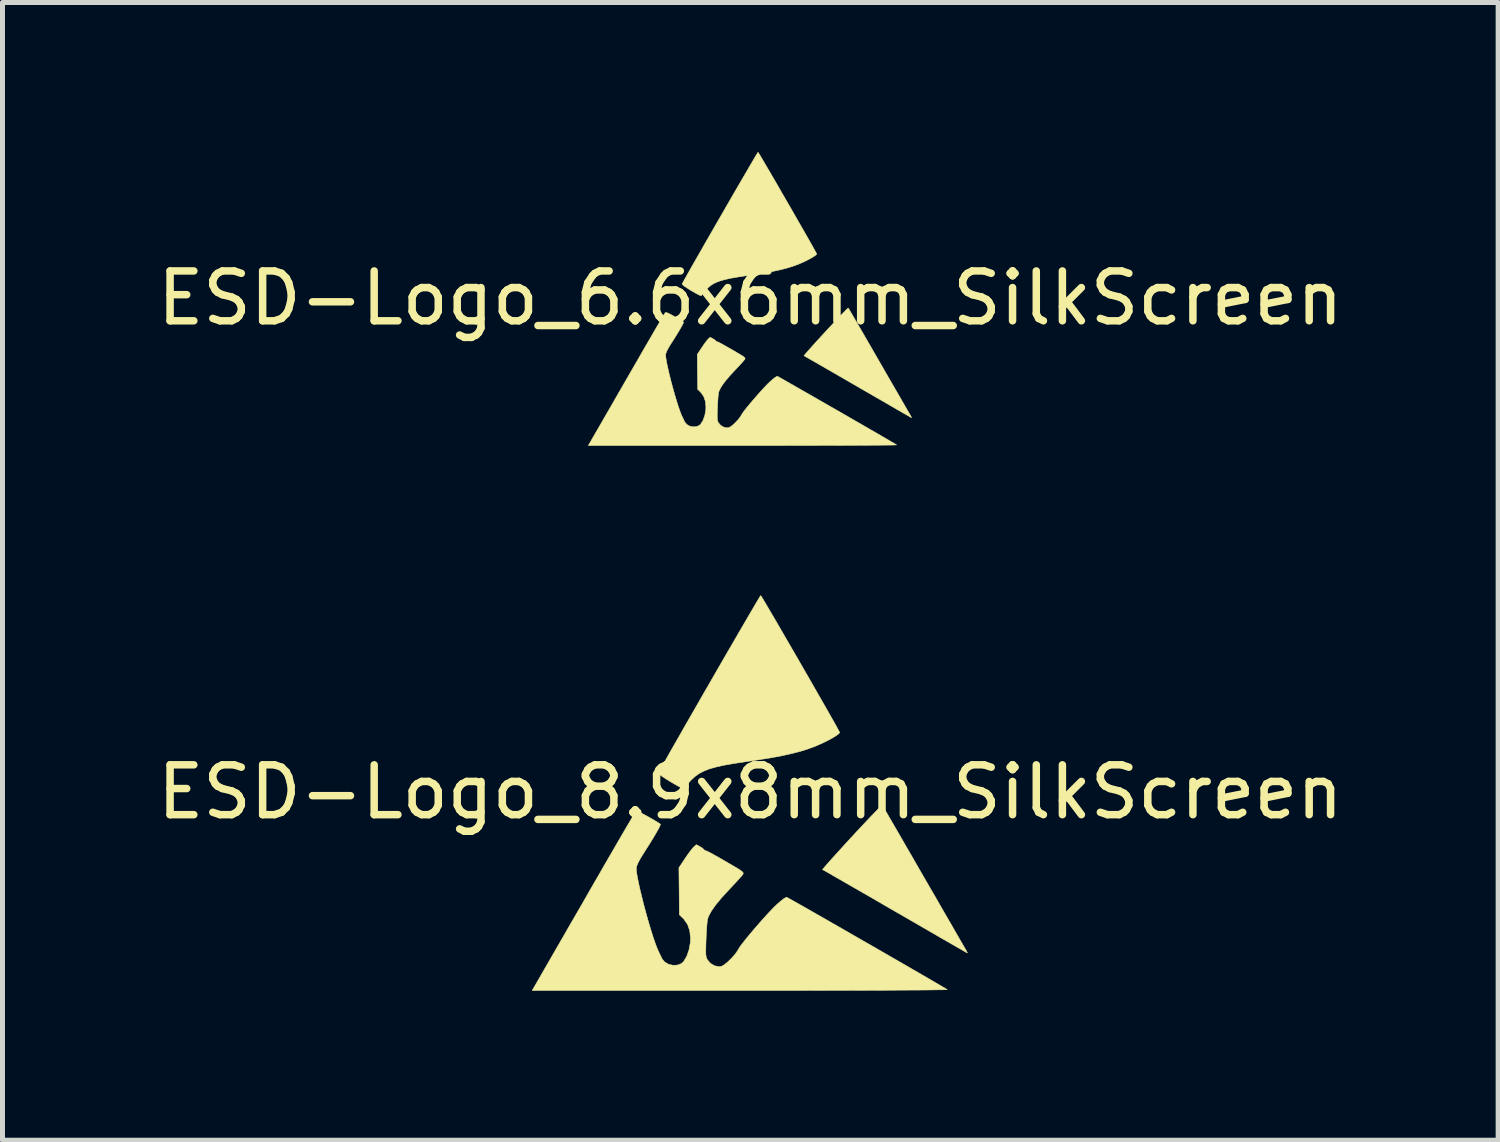
<source format=kicad_pcb>
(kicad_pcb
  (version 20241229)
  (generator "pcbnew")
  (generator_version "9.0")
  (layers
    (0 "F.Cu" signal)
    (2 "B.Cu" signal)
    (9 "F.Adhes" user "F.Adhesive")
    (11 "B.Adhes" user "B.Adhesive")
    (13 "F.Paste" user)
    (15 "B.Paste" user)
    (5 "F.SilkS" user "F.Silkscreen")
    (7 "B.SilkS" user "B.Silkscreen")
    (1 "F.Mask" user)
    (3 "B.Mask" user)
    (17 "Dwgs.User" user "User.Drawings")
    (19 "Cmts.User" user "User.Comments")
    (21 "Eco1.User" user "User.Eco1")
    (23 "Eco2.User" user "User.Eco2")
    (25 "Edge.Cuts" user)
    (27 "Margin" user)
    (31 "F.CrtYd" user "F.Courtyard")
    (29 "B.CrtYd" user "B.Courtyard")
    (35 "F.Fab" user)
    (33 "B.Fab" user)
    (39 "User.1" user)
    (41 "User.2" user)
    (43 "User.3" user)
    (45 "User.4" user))
  (footprint "ESD-Logo_6.6x6mm_SilkScreen"
    (layer "F.Cu")
    (at 12.006 2.932)
    (property "Reference" "ESD-Logo_6.6x6mm_SilkScreen" (at 0 0 0) (layer "F.SilkS") (effects (font (size 1 1) (thickness 0.15))))
    (attr exclude_from_pos_files exclude_from_bom)
    (fp_poly (pts (xy 1.988 0.235) (xy 1.999 0.254) (xy 2.024 0.297) (xy 2.063 0.364) (xy 2.113 0.45) (xy 2.174 0.555) (xy 2.244 0.675) (xy 2.321 0.809) (xy 2.405 0.955) (xy 2.495 1.11) (xy 2.587 1.27) (xy 2.681 1.433) (xy 2.771 1.59) (xy 2.857 1.738) (xy 2.936 1.874) (xy 3.007 1.998) (xy 3.069 2.105) (xy 3.121 2.195) (xy 3.161 2.265) (xy 3.189 2.313) (xy 3.202 2.335) (xy 3.223 2.372) (xy 3.234 2.396) (xy 3.235 2.4) (xy 3.221 2.392) (xy 3.182 2.37) (xy 3.12 2.335) (xy 3.038 2.288) (xy 2.937 2.23) (xy 2.82 2.162) (xy 2.688 2.085) (xy 2.543 2.002) (xy 2.387 1.912) (xy 2.223 1.817) (xy 2.161 1.781) (xy 1.993 1.684) (xy 1.834 1.592) (xy 1.684 1.505) (xy 1.546 1.426) (xy 1.422 1.354) (xy 1.314 1.292) (xy 1.223 1.24) (xy 1.153 1.2) (xy 1.104 1.172) (xy 1.08 1.158) (xy 1.077 1.157) (xy 1.085 1.145) (xy 1.111 1.114) (xy 1.153 1.066) (xy 1.208 1.004) (xy 1.274 0.93) (xy 1.347 0.849) (xy 1.426 0.763) (xy 1.508 0.674) (xy 1.589 0.586) (xy 1.668 0.502) (xy 1.741 0.423) (xy 1.807 0.354) (xy 1.862 0.298) (xy 1.903 0.256) (xy 1.917 0.242) (xy 1.964 0.198) (xy 1.988 0.235)) (stroke (width 0.01) (type solid)) (fill yes) (layer "F.SilkS"))
    (fp_poly (pts (xy 0.164 -2.914) (xy 0.187 -2.877) (xy 0.223 -2.817) (xy 0.269 -2.739) (xy 0.325 -2.643) (xy 0.389 -2.534) (xy 0.46 -2.412) (xy 0.536 -2.282) (xy 0.615 -2.144) (xy 0.697 -2.002) (xy 0.78 -1.859) (xy 0.862 -1.717) (xy 0.942 -1.577) (xy 1.018 -1.444) (xy 1.09 -1.319) (xy 1.155 -1.205) (xy 1.212 -1.105) (xy 1.259 -1.02) (xy 1.296 -0.954) (xy 1.321 -0.909) (xy 1.332 -0.888) (xy 1.332 -0.886) (xy 1.319 -0.868) (xy 1.281 -0.84) (xy 1.224 -0.805) (xy 1.152 -0.766) (xy 1.077 -0.729) (xy 0.975 -0.684) (xy 0.867 -0.644) (xy 0.75 -0.607) (xy 0.621 -0.573) (xy 0.475 -0.541) (xy 0.309 -0.51) (xy 0.119 -0.479) (xy -0.078 -0.45) (xy -0.248 -0.424) (xy -0.391 -0.399) (xy -0.511 -0.372) (xy -0.61 -0.344) (xy -0.693 -0.312) (xy -0.763 -0.275) (xy -0.823 -0.231) (xy -0.878 -0.181) (xy -0.896 -0.162) (xy -0.934 -0.119) (xy -0.962 -0.083) (xy -0.975 -0.062) (xy -0.976 -0.061) (xy -0.98 -0.05) (xy -0.996 -0.05) (xy -1.027 -0.062) (xy -1.075 -0.087) (xy -1.144 -0.126) (xy -1.193 -0.154) (xy -1.264 -0.199) (xy -1.32 -0.237) (xy -1.356 -0.266) (xy -1.369 -0.283) (xy -1.369 -0.283) (xy -1.361 -0.299) (xy -1.339 -0.34) (xy -1.304 -0.402) (xy -1.258 -0.485) (xy -1.201 -0.586) (xy -1.135 -0.702) (xy -1.061 -0.831) (xy -0.98 -0.972) (xy -0.895 -1.122) (xy -0.805 -1.278) (xy -0.713 -1.438) (xy -0.619 -1.601) (xy -0.525 -1.764) (xy -0.432 -1.925) (xy -0.342 -2.082) (xy -0.255 -2.231) (xy -0.173 -2.372) (xy -0.097 -2.502) (xy -0.029 -2.619) (xy 0.03 -2.72) (xy 0.079 -2.804) (xy 0.117 -2.868) (xy 0.143 -2.909) (xy 0.154 -2.927) (xy 0.155 -2.927) (xy 0.164 -2.914)) (stroke (width 0.01) (type solid)) (fill yes) (layer "F.SilkS"))
    (fp_poly (pts (xy -1.678 0.291) (xy -1.645 0.304) (xy -1.596 0.329) (xy -1.525 0.368) (xy -1.519 0.371) (xy -1.454 0.408) (xy -1.398 0.441) (xy -1.359 0.466) (xy -1.34 0.48) (xy -1.339 0.48) (xy -1.344 0.499) (xy -1.365 0.542) (xy -1.4 0.605) (xy -1.449 0.687) (xy -1.509 0.785) (xy -1.581 0.898) (xy -1.599 0.925) (xy -1.645 1.002) (xy -1.679 1.068) (xy -1.697 1.117) (xy -1.699 1.127) (xy -1.698 1.169) (xy -1.689 1.237) (xy -1.672 1.326) (xy -1.649 1.431) (xy -1.622 1.548) (xy -1.59 1.673) (xy -1.556 1.801) (xy -1.52 1.928) (xy -1.484 2.049) (xy -1.449 2.161) (xy -1.416 2.259) (xy -1.385 2.338) (xy -1.364 2.385) (xy -1.34 2.435) (xy -1.316 2.483) (xy -1.315 2.486) (xy -1.276 2.534) (xy -1.22 2.567) (xy -1.154 2.582) (xy -1.088 2.58) (xy -1.029 2.558) (xy -0.996 2.529) (xy -0.948 2.451) (xy -0.913 2.352) (xy -0.894 2.245) (xy -0.891 2.184) (xy -0.902 2.07) (xy -0.934 1.976) (xy -0.989 1.896) (xy -1.006 1.879) (xy -1.057 1.829) (xy -1.061 1.479) (xy -1.064 1.129) (xy -0.975 0.995) (xy -0.933 0.933) (xy -0.893 0.878) (xy -0.86 0.837) (xy -0.846 0.822) (xy -0.806 0.785) (xy -0.751 0.814) (xy -0.717 0.835) (xy -0.698 0.851) (xy -0.697 0.854) (xy -0.684 0.867) (xy -0.662 0.876) (xy -0.641 0.884) (xy -0.608 0.9) (xy -0.562 0.925) (xy -0.498 0.961) (xy -0.415 1.008) (xy -0.309 1.069) (xy -0.252 1.103) (xy -0.184 1.143) (xy -0.14 1.172) (xy -0.115 1.192) (xy -0.106 1.208) (xy -0.107 1.222) (xy -0.109 1.225) (xy -0.125 1.245) (xy -0.158 1.284) (xy -0.205 1.336) (xy -0.262 1.397) (xy -0.311 1.449) (xy -0.425 1.573) (xy -0.514 1.68) (xy -0.579 1.771) (xy -0.621 1.849) (xy -0.635 1.888) (xy -0.641 1.922) (xy -0.647 1.981) (xy -0.652 2.057) (xy -0.657 2.144) (xy -0.659 2.199) (xy -0.663 2.294) (xy -0.664 2.364) (xy -0.663 2.413) (xy -0.66 2.448) (xy -0.653 2.473) (xy -0.644 2.493) (xy -0.636 2.506) (xy -0.592 2.555) (xy -0.534 2.589) (xy -0.474 2.603) (xy -0.429 2.598) (xy -0.388 2.575) (xy -0.337 2.533) (xy -0.283 2.481) (xy -0.233 2.425) (xy -0.194 2.372) (xy -0.179 2.346) (xy -0.158 2.311) (xy -0.118 2.257) (xy -0.065 2.19) (xy -0.001 2.112) (xy 0.07 2.029) (xy 0.144 1.944) (xy 0.218 1.861) (xy 0.288 1.785) (xy 0.35 1.72) (xy 0.399 1.673) (xy 0.454 1.625) (xy 0.5 1.59) (xy 0.532 1.571) (xy 0.542 1.569) (xy 0.559 1.577) (xy 0.6 1.6) (xy 0.663 1.635) (xy 0.745 1.682) (xy 0.845 1.739) (xy 0.96 1.805) (xy 1.088 1.878) (xy 1.226 1.957) (xy 1.372 2.041) (xy 1.524 2.128) (xy 1.679 2.217) (xy 1.835 2.306) (xy 1.989 2.395) (xy 2.139 2.482) (xy 2.284 2.565) (xy 2.42 2.644) (xy 2.545 2.716) (xy 2.656 2.781) (xy 2.753 2.837) (xy 2.831 2.883) (xy 2.889 2.917) (xy 2.924 2.938) (xy 2.934 2.945) (xy 2.92 2.946) (xy 2.877 2.948) (xy 2.806 2.949) (xy 2.708 2.95) (xy 2.584 2.951) (xy 2.437 2.952) (xy 2.268 2.953) (xy 2.078 2.954) (xy 1.868 2.955) (xy 1.64 2.956) (xy 1.396 2.956) (xy 1.137 2.957) (xy 0.864 2.957) (xy 0.579 2.958) (xy 0.282 2.958) (xy -0.023 2.958) (xy -0.151 2.958) (xy -3.251 2.958) (xy -3.03 2.575) (xy -2.983 2.494) (xy -2.923 2.389) (xy -2.851 2.265) (xy -2.77 2.124) (xy -2.682 1.971) (xy -2.588 1.808) (xy -2.491 1.639) (xy -2.392 1.468) (xy -2.294 1.298) (xy -2.269 1.255) (xy -2.179 1.098) (xy -2.093 0.949) (xy -2.012 0.81) (xy -1.938 0.682) (xy -1.872 0.569) (xy -1.816 0.473) (xy -1.77 0.395) (xy -1.736 0.338) (xy -1.716 0.305) (xy -1.71 0.296) (xy -1.698 0.289) (xy -1.678 0.291)) (stroke (width 0.01) (type solid)) (fill yes) (layer "F.SilkS")))
  (footprint "ESD-Logo_8.9x8mm_SilkScreen"
    (layer "F.Cu")
    (at 12.006 12.842)
    (property "Reference" "ESD-Logo_8.9x8mm_SilkScreen" (at 0 0 0) (layer "F.SilkS") (effects (font (size 1 1) (thickness 0.15))))
    (attr exclude_from_pos_files exclude_from_bom)
    (fp_poly (pts (xy 2.676 0.316) (xy 2.691 0.342) (xy 2.726 0.4) (xy 2.778 0.49) (xy 2.845 0.606) (xy 2.927 0.747) (xy 3.021 0.909) (xy 3.125 1.09) (xy 3.239 1.286) (xy 3.359 1.495) (xy 3.483 1.71) (xy 3.61 1.93) (xy 3.732 2.14) (xy 3.846 2.339) (xy 3.953 2.524) (xy 4.049 2.69) (xy 4.132 2.835) (xy 4.202 2.956) (xy 4.256 3.05) (xy 4.293 3.114) (xy 4.311 3.144) (xy 4.339 3.194) (xy 4.354 3.226) (xy 4.355 3.231) (xy 4.336 3.221) (xy 4.284 3.191) (xy 4.202 3.144) (xy 4.091 3.08) (xy 3.955 3.002) (xy 3.797 2.911) (xy 3.619 2.808) (xy 3.424 2.695) (xy 3.214 2.574) (xy 2.993 2.446) (xy 2.909 2.398) (xy 2.684 2.268) (xy 2.47 2.143) (xy 2.268 2.027) (xy 2.082 1.92) (xy 1.915 1.824) (xy 1.769 1.74) (xy 1.647 1.67) (xy 1.552 1.615) (xy 1.487 1.578) (xy 1.454 1.56) (xy 1.45 1.558) (xy 1.46 1.542) (xy 1.495 1.5) (xy 1.552 1.435) (xy 1.626 1.351) (xy 1.715 1.253) (xy 1.814 1.144) (xy 1.92 1.027) (xy 2.03 0.908) (xy 2.14 0.789) (xy 2.246 0.675) (xy 2.345 0.57) (xy 2.433 0.477) (xy 2.507 0.401) (xy 2.562 0.345) (xy 2.581 0.326) (xy 2.645 0.267) (xy 2.676 0.316)) (stroke (width 0.01) (type solid)) (fill yes) (layer "F.SilkS"))
    (fp_poly (pts (xy 0.221 -3.924) (xy 0.252 -3.873) (xy 0.3 -3.794) (xy 0.362 -3.688) (xy 0.438 -3.559) (xy 0.524 -3.412) (xy 0.619 -3.248) (xy 0.721 -3.072) (xy 0.828 -2.887) (xy 0.939 -2.696) (xy 1.05 -2.503) (xy 1.161 -2.311) (xy 1.268 -2.124) (xy 1.371 -1.944) (xy 1.467 -1.776) (xy 1.555 -1.623) (xy 1.631 -1.488) (xy 1.696 -1.374) (xy 1.745 -1.285) (xy 1.778 -1.224) (xy 1.793 -1.195) (xy 1.793 -1.193) (xy 1.775 -1.169) (xy 1.725 -1.131) (xy 1.648 -1.084) (xy 1.552 -1.032) (xy 1.45 -0.982) (xy 1.312 -0.921) (xy 1.167 -0.867) (xy 1.01 -0.817) (xy 0.836 -0.772) (xy 0.639 -0.728) (xy 0.416 -0.686) (xy 0.16 -0.645) (xy -0.104 -0.606) (xy -0.334 -0.571) (xy -0.527 -0.537) (xy -0.688 -0.501) (xy -0.822 -0.463) (xy -0.933 -0.419) (xy -1.027 -0.37) (xy -1.109 -0.312) (xy -1.182 -0.244) (xy -1.206 -0.219) (xy -1.258 -0.16) (xy -1.296 -0.112) (xy -1.313 -0.084) (xy -1.314 -0.082) (xy -1.32 -0.068) (xy -1.341 -0.067) (xy -1.382 -0.083) (xy -1.447 -0.117) (xy -1.541 -0.17) (xy -1.606 -0.208) (xy -1.702 -0.268) (xy -1.778 -0.319) (xy -1.826 -0.358) (xy -1.843 -0.381) (xy -1.843 -0.381) (xy -1.833 -0.403) (xy -1.803 -0.457) (xy -1.756 -0.542) (xy -1.693 -0.653) (xy -1.617 -0.789) (xy -1.528 -0.945) (xy -1.428 -1.119) (xy -1.32 -1.309) (xy -1.205 -1.51) (xy -1.084 -1.72) (xy -0.96 -1.937) (xy -0.833 -2.156) (xy -0.707 -2.376) (xy -0.582 -2.592) (xy -0.46 -2.803) (xy -0.343 -3.004) (xy -0.233 -3.194) (xy -0.131 -3.369) (xy -0.039 -3.527) (xy 0.041 -3.663) (xy 0.107 -3.776) (xy 0.158 -3.861) (xy 0.192 -3.918) (xy 0.208 -3.941) (xy 0.209 -3.941) (xy 0.221 -3.924)) (stroke (width 0.01) (type solid)) (fill yes) (layer "F.SilkS"))
    (fp_poly (pts (xy -2.259 0.392) (xy -2.215 0.409) (xy -2.149 0.443) (xy -2.053 0.495) (xy -2.045 0.5) (xy -1.957 0.55) (xy -1.883 0.594) (xy -1.829 0.628) (xy -1.804 0.646) (xy -1.804 0.647) (xy -1.81 0.672) (xy -1.837 0.729) (xy -1.885 0.814) (xy -1.95 0.925) (xy -2.032 1.057) (xy -2.128 1.209) (xy -2.152 1.246) (xy -2.215 1.349) (xy -2.26 1.437) (xy -2.285 1.504) (xy -2.287 1.517) (xy -2.286 1.574) (xy -2.274 1.666) (xy -2.251 1.785) (xy -2.221 1.927) (xy -2.183 2.084) (xy -2.141 2.252) (xy -2.095 2.425) (xy -2.047 2.596) (xy -1.998 2.759) (xy -1.951 2.91) (xy -1.906 3.041) (xy -1.865 3.148) (xy -1.837 3.211) (xy -1.804 3.279) (xy -1.772 3.344) (xy -1.771 3.347) (xy -1.719 3.412) (xy -1.642 3.456) (xy -1.554 3.477) (xy -1.464 3.474) (xy -1.385 3.444) (xy -1.341 3.406) (xy -1.277 3.3) (xy -1.23 3.167) (xy -1.204 3.023) (xy -1.2 2.94) (xy -1.215 2.787) (xy -1.258 2.66) (xy -1.332 2.553) (xy -1.355 2.53) (xy -1.424 2.463) (xy -1.428 1.992) (xy -1.433 1.521) (xy -1.313 1.339) (xy -1.257 1.257) (xy -1.202 1.183) (xy -1.158 1.127) (xy -1.139 1.107) (xy -1.085 1.057) (xy -1.012 1.096) (xy -0.965 1.124) (xy -0.94 1.146) (xy -0.938 1.15) (xy -0.921 1.167) (xy -0.892 1.179) (xy -0.863 1.191) (xy -0.819 1.212) (xy -0.756 1.246) (xy -0.671 1.293) (xy -0.559 1.357) (xy -0.417 1.44) (xy -0.339 1.485) (xy -0.248 1.539) (xy -0.189 1.578) (xy -0.155 1.605) (xy -0.142 1.626) (xy -0.145 1.645) (xy -0.147 1.649) (xy -0.168 1.677) (xy -0.213 1.728) (xy -0.276 1.798) (xy -0.353 1.881) (xy -0.419 1.951) (xy -0.572 2.117) (xy -0.692 2.262) (xy -0.779 2.385) (xy -0.836 2.489) (xy -0.855 2.542) (xy -0.863 2.588) (xy -0.871 2.667) (xy -0.878 2.77) (xy -0.885 2.887) (xy -0.888 2.961) (xy -0.892 3.089) (xy -0.894 3.183) (xy -0.893 3.25) (xy -0.888 3.296) (xy -0.88 3.329) (xy -0.867 3.357) (xy -0.856 3.374) (xy -0.797 3.44) (xy -0.72 3.486) (xy -0.639 3.505) (xy -0.578 3.498) (xy -0.523 3.467) (xy -0.454 3.411) (xy -0.381 3.34) (xy -0.313 3.265) (xy -0.261 3.193) (xy -0.241 3.159) (xy -0.212 3.111) (xy -0.159 3.04) (xy -0.087 2.948) (xy -0.001 2.844) (xy 0.094 2.732) (xy 0.194 2.617) (xy 0.293 2.506) (xy 0.387 2.404) (xy 0.471 2.316) (xy 0.538 2.252) (xy 0.611 2.188) (xy 0.673 2.141) (xy 0.716 2.115) (xy 0.73 2.112) (xy 0.752 2.124) (xy 0.807 2.154) (xy 0.892 2.202) (xy 1.003 2.265) (xy 1.138 2.341) (xy 1.293 2.43) (xy 1.465 2.528) (xy 1.651 2.635) (xy 1.848 2.748) (xy 2.052 2.865) (xy 2.26 2.985) (xy 2.47 3.105) (xy 2.678 3.225) (xy 2.881 3.342) (xy 3.075 3.454) (xy 3.258 3.56) (xy 3.426 3.657) (xy 3.577 3.745) (xy 3.706 3.82) (xy 3.812 3.882) (xy 3.89 3.928) (xy 3.937 3.956) (xy 3.951 3.965) (xy 3.932 3.967) (xy 3.874 3.969) (xy 3.778 3.97) (xy 3.646 3.972) (xy 3.48 3.974) (xy 3.282 3.975) (xy 3.054 3.976) (xy 2.798 3.978) (xy 2.515 3.979) (xy 2.209 3.98) (xy 1.88 3.981) (xy 1.531 3.981) (xy 1.163 3.982) (xy 0.779 3.983) (xy 0.38 3.983) (xy -0.031 3.983) (xy -0.203 3.983) (xy -4.377 3.983) (xy -4.08 3.467) (xy -4.017 3.358) (xy -3.936 3.217) (xy -3.839 3.049) (xy -3.73 2.86) (xy -3.611 2.653) (xy -3.484 2.434) (xy -3.353 2.207) (xy -3.221 1.976) (xy -3.089 1.747) (xy -3.055 1.689) (xy -2.934 1.478) (xy -2.818 1.278) (xy -2.709 1.09) (xy -2.61 0.919) (xy -2.521 0.767) (xy -2.445 0.637) (xy -2.383 0.532) (xy -2.338 0.456) (xy -2.31 0.41) (xy -2.303 0.399) (xy -2.286 0.389) (xy -2.259 0.392)) (stroke (width 0.01) (type solid)) (fill yes) (layer "F.SilkS")))
  (gr_rect
    (start -3 -3)
    (end 27.012 19.83)
    (stroke (width 0.1) (type default))
    (fill no)
    (layer "Edge.Cuts")))
</source>
